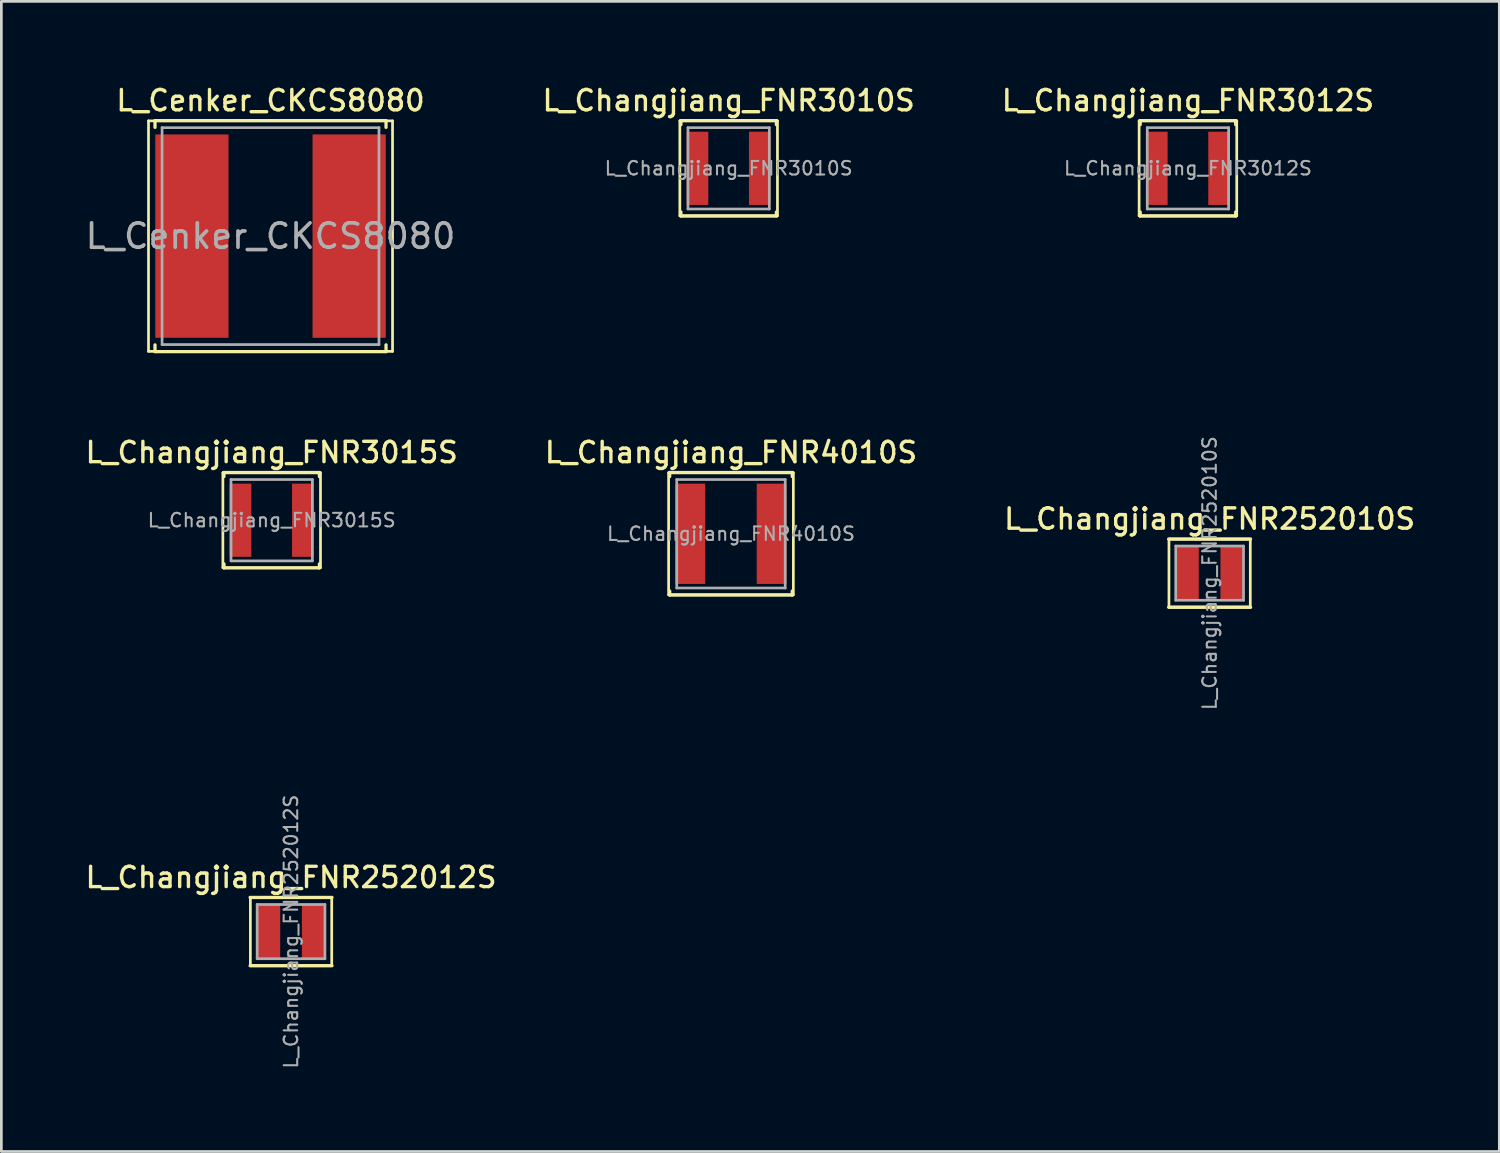
<source format=kicad_pcb>
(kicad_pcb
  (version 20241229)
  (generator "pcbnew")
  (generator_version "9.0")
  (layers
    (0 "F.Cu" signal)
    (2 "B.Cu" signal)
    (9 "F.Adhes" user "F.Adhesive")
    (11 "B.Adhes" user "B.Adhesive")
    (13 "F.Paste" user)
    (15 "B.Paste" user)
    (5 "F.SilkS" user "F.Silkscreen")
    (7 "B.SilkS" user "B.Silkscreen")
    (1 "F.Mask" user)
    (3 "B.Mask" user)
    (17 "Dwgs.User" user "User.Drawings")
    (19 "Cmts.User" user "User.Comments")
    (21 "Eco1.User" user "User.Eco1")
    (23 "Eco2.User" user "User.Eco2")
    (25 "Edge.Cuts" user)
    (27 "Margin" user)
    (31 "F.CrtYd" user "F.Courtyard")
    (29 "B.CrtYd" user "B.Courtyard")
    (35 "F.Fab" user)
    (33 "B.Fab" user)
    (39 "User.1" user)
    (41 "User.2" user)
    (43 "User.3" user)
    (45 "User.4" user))
  (footprint "L_Changjiang_FNR3012S"
    (layer "F.Cu")
    (at 40.762 3.158)
    (property "Reference" "L_Changjiang_FNR3012S" (at 0 -2.5 0) (layer "F.SilkS") (effects (font (size 0.75 0.75) (thickness 0.125))))
    (attr smd)
    (fp_line (start -1.8 -1.75) (end -1.8 1.75) (stroke (width 0.1) (type solid)) (layer "F.SilkS"))
    (fp_line (start -1.8 1.75) (end 1.8 1.75) (stroke (width 0.1) (type solid)) (layer "F.SilkS"))
    (fp_line (start -1.76 -1.76) (end -1.76 -1.61) (stroke (width 0.12) (type solid)) (layer "F.SilkS"))
    (fp_line (start -1.76 -1.76) (end 1.76 -1.76) (stroke (width 0.12) (type solid)) (layer "F.SilkS"))
    (fp_line (start -1.76 1.76) (end -1.76 1.61) (stroke (width 0.12) (type solid)) (layer "F.SilkS"))
    (fp_line (start -1.76 1.76) (end 1.76 1.76) (stroke (width 0.12) (type solid)) (layer "F.SilkS"))
    (fp_line (start 1.76 -1.76) (end 1.76 -1.61) (stroke (width 0.12) (type solid)) (layer "F.SilkS"))
    (fp_line (start 1.76 1.76) (end 1.76 1.61) (stroke (width 0.12) (type solid)) (layer "F.SilkS"))
    (fp_line (start 1.8 -1.75) (end -1.8 -1.75) (stroke (width 0.1) (type solid)) (layer "F.SilkS"))
    (fp_line (start 1.8 1.75) (end 1.8 -1.75) (stroke (width 0.1) (type solid)) (layer "F.SilkS"))
    (fp_line (start -1.5 -1.5) (end -1.5 1.5) (stroke (width 0.1) (type solid)) (layer "F.Fab"))
    (fp_line (start -1.5 1.5) (end 1.5 1.5) (stroke (width 0.1) (type solid)) (layer "F.Fab"))
    (fp_line (start 1.5 -1.5) (end -1.5 -1.5) (stroke (width 0.1) (type solid)) (layer "F.Fab"))
    (fp_line (start 1.5 1.5) (end 1.5 -1.5) (stroke (width 0.1) (type solid)) (layer "F.Fab"))
    (fp_text user "${REFERENCE}" (at 0 0 0) (layer "F.Fab") (effects (font (size 0.5 0.5) (thickness 0.075))))
    (pad "1" smd rect (at -1.15 0) (size 0.8 2.7) (layers "F.Cu" "F.Mask" "F.Paste"))
    (pad "2" smd rect (at 1.15 0) (size 0.8 2.7) (layers "F.Cu" "F.Mask" "F.Paste")))
  (footprint "L_Changjiang_FNR252012S"
    (layer "F.Cu")
    (at 7.684 31.308)
    (property "Reference" "L_Changjiang_FNR252012S" (at 0 -2 0) (layer "F.SilkS") (effects (font (size 0.75 0.75) (thickness 0.125))))
    (attr smd)
    (fp_line (start -1.51 -1.26) (end 1.51 -1.26) (stroke (width 0.12) (type solid)) (layer "F.SilkS"))
    (fp_line (start -1.51 1.26) (end 1.51 1.26) (stroke (width 0.12) (type solid)) (layer "F.SilkS"))
    (fp_line (start -1.5 -1.25) (end -1.5 1.25) (stroke (width 0.1) (type solid)) (layer "F.SilkS"))
    (fp_line (start -1.5 1.25) (end 1.5 1.25) (stroke (width 0.1) (type solid)) (layer "F.SilkS"))
    (fp_line (start 1.5 -1.25) (end -1.5 -1.25) (stroke (width 0.1) (type solid)) (layer "F.SilkS"))
    (fp_line (start 1.5 1.25) (end 1.5 -1.25) (stroke (width 0.1) (type solid)) (layer "F.SilkS"))
    (fp_line (start -1.25 -1) (end -1.25 1) (stroke (width 0.1) (type solid)) (layer "F.Fab"))
    (fp_line (start -1.25 1) (end 1.25 1) (stroke (width 0.1) (type solid)) (layer "F.Fab"))
    (fp_line (start 1.25 -1) (end -1.25 -1) (stroke (width 0.1) (type solid)) (layer "F.Fab"))
    (fp_line (start 1.25 1) (end 1.25 -1) (stroke (width 0.1) (type solid)) (layer "F.Fab"))
    (fp_text user "${REFERENCE}" (at 0 0 90) (layer "F.Fab") (effects (font (size 0.5 0.5) (thickness 0.075))))
    (pad "1" smd rect (at -0.825 0) (size 0.85 2) (layers "F.Cu" "F.Mask" "F.Paste"))
    (pad "2" smd rect (at 0.825 0) (size 0.85 2) (layers "F.Cu" "F.Mask" "F.Paste")))
  (footprint "L_Changjiang_FNR3010S"
    (layer "F.Cu")
    (at 23.823 3.158)
    (property "Reference" "L_Changjiang_FNR3010S" (at 0 -2.5 0) (layer "F.SilkS") (effects (font (size 0.75 0.75) (thickness 0.125))))
    (attr smd)
    (fp_line (start -1.8 -1.75) (end -1.8 1.75) (stroke (width 0.1) (type solid)) (layer "F.SilkS"))
    (fp_line (start -1.8 1.75) (end 1.8 1.75) (stroke (width 0.1) (type solid)) (layer "F.SilkS"))
    (fp_line (start -1.76 -1.76) (end -1.76 -1.61) (stroke (width 0.12) (type solid)) (layer "F.SilkS"))
    (fp_line (start -1.76 -1.76) (end 1.76 -1.76) (stroke (width 0.12) (type solid)) (layer "F.SilkS"))
    (fp_line (start -1.76 1.76) (end -1.76 1.61) (stroke (width 0.12) (type solid)) (layer "F.SilkS"))
    (fp_line (start -1.76 1.76) (end 1.76 1.76) (stroke (width 0.12) (type solid)) (layer "F.SilkS"))
    (fp_line (start 1.76 -1.76) (end 1.76 -1.61) (stroke (width 0.12) (type solid)) (layer "F.SilkS"))
    (fp_line (start 1.76 1.76) (end 1.76 1.61) (stroke (width 0.12) (type solid)) (layer "F.SilkS"))
    (fp_line (start 1.8 -1.75) (end -1.8 -1.75) (stroke (width 0.1) (type solid)) (layer "F.SilkS"))
    (fp_line (start 1.8 1.75) (end 1.8 -1.75) (stroke (width 0.1) (type solid)) (layer "F.SilkS"))
    (fp_line (start -1.5 -1.5) (end -1.5 1.5) (stroke (width 0.1) (type solid)) (layer "F.Fab"))
    (fp_line (start -1.5 1.5) (end 1.5 1.5) (stroke (width 0.1) (type solid)) (layer "F.Fab"))
    (fp_line (start 1.5 -1.5) (end -1.5 -1.5) (stroke (width 0.1) (type solid)) (layer "F.Fab"))
    (fp_line (start 1.5 1.5) (end 1.5 -1.5) (stroke (width 0.1) (type solid)) (layer "F.Fab"))
    (fp_text user "${REFERENCE}" (at 0 0 0) (layer "F.Fab") (effects (font (size 0.5 0.5) (thickness 0.075))))
    (pad "1" smd rect (at -1.15 0) (size 0.8 2.7) (layers "F.Cu" "F.Mask" "F.Paste"))
    (pad "2" smd rect (at 1.15 0) (size 0.8 2.7) (layers "F.Cu" "F.Mask" "F.Paste")))
  (footprint "L_Changjiang_FNR4010S"
    (layer "F.Cu")
    (at 23.909 16.636)
    (property "Reference" "L_Changjiang_FNR4010S" (at 0 -3 0) (layer "F.SilkS") (effects (font (size 0.75 0.75) (thickness 0.125))))
    (attr smd)
    (fp_line (start -2.3 -2.25) (end -2.3 2.25) (stroke (width 0.1) (type solid)) (layer "F.SilkS"))
    (fp_line (start -2.3 2.25) (end 2.3 2.25) (stroke (width 0.1) (type solid)) (layer "F.SilkS"))
    (fp_line (start -2.26 -2.26) (end -2.26 -2.11) (stroke (width 0.12) (type solid)) (layer "F.SilkS"))
    (fp_line (start -2.26 -2.26) (end 2.26 -2.26) (stroke (width 0.12) (type solid)) (layer "F.SilkS"))
    (fp_line (start -2.26 2.26) (end -2.26 2.11) (stroke (width 0.12) (type solid)) (layer "F.SilkS"))
    (fp_line (start -2.26 2.26) (end 2.26 2.26) (stroke (width 0.12) (type solid)) (layer "F.SilkS"))
    (fp_line (start 2.26 -2.26) (end 2.26 -2.11) (stroke (width 0.12) (type solid)) (layer "F.SilkS"))
    (fp_line (start 2.26 2.26) (end 2.26 2.11) (stroke (width 0.12) (type solid)) (layer "F.SilkS"))
    (fp_line (start 2.3 -2.25) (end -2.3 -2.25) (stroke (width 0.1) (type solid)) (layer "F.SilkS"))
    (fp_line (start 2.3 2.25) (end 2.3 -2.25) (stroke (width 0.1) (type solid)) (layer "F.SilkS"))
    (fp_line (start -2 -2) (end -2 2) (stroke (width 0.1) (type solid)) (layer "F.Fab"))
    (fp_line (start -2 2) (end 2 2) (stroke (width 0.1) (type solid)) (layer "F.Fab"))
    (fp_line (start 2 -2) (end -2 -2) (stroke (width 0.1) (type solid)) (layer "F.Fab"))
    (fp_line (start 2 2) (end 2 -2) (stroke (width 0.1) (type solid)) (layer "F.Fab"))
    (fp_text user "${REFERENCE}" (at 0 0 0) (layer "F.Fab") (effects (font (size 0.5 0.5) (thickness 0.075))))
    (pad "1" smd rect (at -1.5 0) (size 1.1 3.7) (layers "F.Cu" "F.Mask" "F.Paste"))
    (pad "2" smd rect (at 1.5 0) (size 1.1 3.7) (layers "F.Cu" "F.Mask" "F.Paste")))
  (footprint "L_Changjiang_FNR3015S"
    (layer "F.Cu")
    (at 6.97 16.136)
    (property "Reference" "L_Changjiang_FNR3015S" (at 0 -2.5 0) (layer "F.SilkS") (effects (font (size 0.75 0.75) (thickness 0.125))))
    (attr smd)
    (fp_line (start -1.8 -1.75) (end -1.8 1.75) (stroke (width 0.1) (type solid)) (layer "F.SilkS"))
    (fp_line (start -1.8 1.75) (end 1.8 1.75) (stroke (width 0.1) (type solid)) (layer "F.SilkS"))
    (fp_line (start -1.76 -1.76) (end -1.76 -1.61) (stroke (width 0.12) (type solid)) (layer "F.SilkS"))
    (fp_line (start -1.76 -1.76) (end 1.76 -1.76) (stroke (width 0.12) (type solid)) (layer "F.SilkS"))
    (fp_line (start -1.76 1.76) (end -1.76 1.61) (stroke (width 0.12) (type solid)) (layer "F.SilkS"))
    (fp_line (start -1.76 1.76) (end 1.76 1.76) (stroke (width 0.12) (type solid)) (layer "F.SilkS"))
    (fp_line (start 1.76 -1.76) (end 1.76 -1.61) (stroke (width 0.12) (type solid)) (layer "F.SilkS"))
    (fp_line (start 1.76 1.76) (end 1.76 1.61) (stroke (width 0.12) (type solid)) (layer "F.SilkS"))
    (fp_line (start 1.8 -1.75) (end -1.8 -1.75) (stroke (width 0.1) (type solid)) (layer "F.SilkS"))
    (fp_line (start 1.8 1.75) (end 1.8 -1.75) (stroke (width 0.1) (type solid)) (layer "F.SilkS"))
    (fp_line (start -1.5 -1.5) (end -1.5 1.5) (stroke (width 0.1) (type solid)) (layer "F.Fab"))
    (fp_line (start -1.5 1.5) (end 1.5 1.5) (stroke (width 0.1) (type solid)) (layer "F.Fab"))
    (fp_line (start 1.5 -1.5) (end -1.5 -1.5) (stroke (width 0.1) (type solid)) (layer "F.Fab"))
    (fp_line (start 1.5 1.5) (end 1.5 -1.5) (stroke (width 0.1) (type solid)) (layer "F.Fab"))
    (fp_text user "${REFERENCE}" (at 0 0 0) (layer "F.Fab") (effects (font (size 0.5 0.5) (thickness 0.075))))
    (pad "1" smd rect (at -1.15 0) (size 0.8 2.7) (layers "F.Cu" "F.Mask" "F.Paste"))
    (pad "2" smd rect (at 1.15 0) (size 0.8 2.7) (layers "F.Cu" "F.Mask" "F.Paste")))
  (footprint "L_Changjiang_FNR252010S"
    (layer "F.Cu")
    (at 41.562 18.088)
    (property "Reference" "L_Changjiang_FNR252010S" (at 0 -2 0) (layer "F.SilkS") (effects (font (size 0.75 0.75) (thickness 0.125))))
    (attr smd)
    (fp_line (start -1.51 -1.26) (end 1.51 -1.26) (stroke (width 0.12) (type solid)) (layer "F.SilkS"))
    (fp_line (start -1.51 1.26) (end 1.51 1.26) (stroke (width 0.12) (type solid)) (layer "F.SilkS"))
    (fp_line (start -1.5 -1.25) (end -1.5 1.25) (stroke (width 0.1) (type solid)) (layer "F.SilkS"))
    (fp_line (start -1.5 1.25) (end 1.5 1.25) (stroke (width 0.1) (type solid)) (layer "F.SilkS"))
    (fp_line (start 1.5 -1.25) (end -1.5 -1.25) (stroke (width 0.1) (type solid)) (layer "F.SilkS"))
    (fp_line (start 1.5 1.25) (end 1.5 -1.25) (stroke (width 0.1) (type solid)) (layer "F.SilkS"))
    (fp_line (start -1.25 -1) (end -1.25 1) (stroke (width 0.1) (type solid)) (layer "F.Fab"))
    (fp_line (start -1.25 1) (end 1.25 1) (stroke (width 0.1) (type solid)) (layer "F.Fab"))
    (fp_line (start 1.25 -1) (end -1.25 -1) (stroke (width 0.1) (type solid)) (layer "F.Fab"))
    (fp_line (start 1.25 1) (end 1.25 -1) (stroke (width 0.1) (type solid)) (layer "F.Fab"))
    (fp_text user "${REFERENCE}" (at 0 0 90) (layer "F.Fab") (effects (font (size 0.5 0.5) (thickness 0.075))))
    (pad "1" smd rect (at -0.825 0) (size 0.85 2) (layers "F.Cu" "F.Mask" "F.Paste"))
    (pad "2" smd rect (at 0.825 0) (size 0.85 2) (layers "F.Cu" "F.Mask" "F.Paste")))
  (footprint "L_Cenker_CKCS8080"
    (layer "F.Cu")
    (at 6.927 5.658)
    (property "Reference" "L_Cenker_CKCS8080" (at 0 -5 0) (layer "F.SilkS") (effects (font (size 0.75 0.75) (thickness 0.125))))
    (attr smd)
    (fp_line (start -4.5 -4.25) (end -4.5 4.25) (stroke (width 0.1) (type solid)) (layer "F.SilkS"))
    (fp_line (start -4.5 4.25) (end 4.5 4.25) (stroke (width 0.1) (type solid)) (layer "F.SilkS"))
    (fp_line (start -4.26 -4.26) (end -4.26 -4.01) (stroke (width 0.12) (type solid)) (layer "F.SilkS"))
    (fp_line (start -4.26 -4.26) (end 4.26 -4.26) (stroke (width 0.12) (type solid)) (layer "F.SilkS"))
    (fp_line (start -4.26 4.26) (end -4.26 4.01) (stroke (width 0.12) (type solid)) (layer "F.SilkS"))
    (fp_line (start -4.26 4.26) (end 4.26 4.26) (stroke (width 0.12) (type solid)) (layer "F.SilkS"))
    (fp_line (start 4.26 -4.26) (end 4.26 -4.01) (stroke (width 0.12) (type solid)) (layer "F.SilkS"))
    (fp_line (start 4.26 4.26) (end 4.26 4.01) (stroke (width 0.12) (type solid)) (layer "F.SilkS"))
    (fp_line (start 4.5 -4.25) (end -4.5 -4.25) (stroke (width 0.1) (type solid)) (layer "F.SilkS"))
    (fp_line (start 4.5 4.25) (end 4.5 -4.25) (stroke (width 0.1) (type solid)) (layer "F.SilkS"))
    (fp_line (start -4 -4) (end -4 4) (stroke (width 0.1) (type solid)) (layer "F.Fab"))
    (fp_line (start -4 4) (end 4 4) (stroke (width 0.1) (type solid)) (layer "F.Fab"))
    (fp_line (start 4 -4) (end -4 -4) (stroke (width 0.1) (type solid)) (layer "F.Fab"))
    (fp_line (start 4 4) (end 4 -4) (stroke (width 0.1) (type solid)) (layer "F.Fab"))
    (fp_text user "${REFERENCE}" (at 0 0 0) (layer "F.Fab") (effects (font (size 0.9 0.9) (thickness 0.135))))
    (pad "1" smd rect (at -2.9 0) (size 2.7 7.5) (layers "F.Cu" "F.Mask" "F.Paste"))
    (pad "2" smd rect (at 2.9 0) (size 2.7 7.5) (layers "F.Cu" "F.Mask" "F.Paste")))
  (gr_rect
    (start -3 -3)
    (end 52.246 39.419)
    (stroke (width 0.1) (type default))
    (fill no)
    (layer "Edge.Cuts")))
</source>
